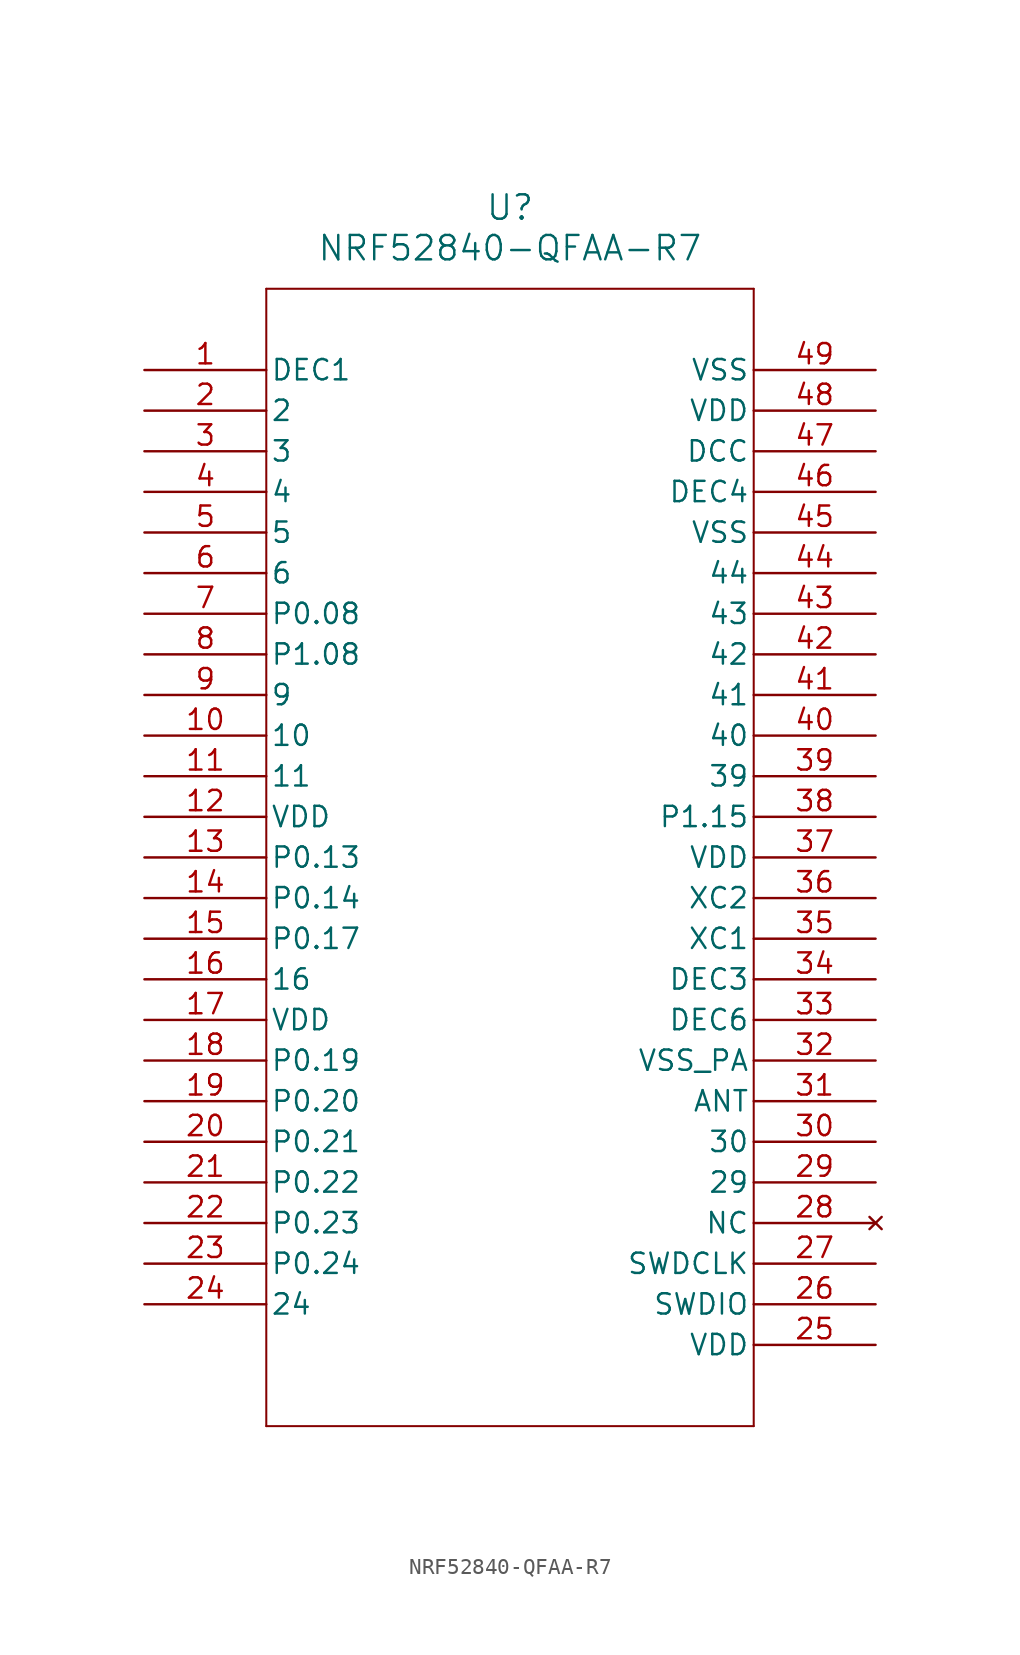
<source format=kicad_sym>
(kicad_symbol_lib
  (version 20211014)
  (generator kicad_symbol_editor)
  (symbol "NRF52840-QFAA-R7"
    (pin_names
      (offset 0.254))
    (property "Reference" "U"
      (at 22.86 10.16 0)
      (effects (font (size 1.524 1.524))))
    (property "Value" "NRF52840-QFAA-R7"
      (at 22.86 7.62 0)
      (effects (font (size 1.524 1.524))))
    (symbol "NRF52840-QFAA-R7_0_1"
      (polyline (pts (xy 7.62 5.08) (xy 7.62 -66.04)) (stroke (width 0.127) (type default) (color 0 0 0 0)) (fill (type none)))
      (polyline (pts (xy 7.62 -66.04) (xy 38.1 -66.04)) (stroke (width 0.127) (type default) (color 0 0 0 0)) (fill (type none)))
      (polyline (pts (xy 38.1 -66.04) (xy 38.1 5.08)) (stroke (width 0.127) (type default) (color 0 0 0 0)) (fill (type none)))
      (polyline (pts (xy 38.1 5.08) (xy 7.62 5.08)) (stroke (width 0.127) (type default) (color 0 0 0 0)) (fill (type none)))
      (pin bidirectional line (at 0 0 0) (length 7.62) (name "DEC1" (effects (font (size 1.27 1.27)))) (number "1" (effects (font (size 1.27 1.27)))))
      (pin unspecified line (at 0 -2.54 0) (length 7.62) (name "2" (effects (font (size 1.27 1.27)))) (number "2" (effects (font (size 1.27 1.27)))))
      (pin unspecified line (at 0 -5.08 0) (length 7.62) (name "3" (effects (font (size 1.27 1.27)))) (number "3" (effects (font (size 1.27 1.27)))))
      (pin unspecified line (at 0 -7.62 0) (length 7.62) (name "4" (effects (font (size 1.27 1.27)))) (number "4" (effects (font (size 1.27 1.27)))))
      (pin unspecified line (at 0 -10.16 0) (length 7.62) (name "5" (effects (font (size 1.27 1.27)))) (number "5" (effects (font (size 1.27 1.27)))))
      (pin unspecified line (at 0 -12.7 0) (length 7.62) (name "6" (effects (font (size 1.27 1.27)))) (number "6" (effects (font (size 1.27 1.27)))))
      (pin bidirectional line (at 0 -15.24 0) (length 7.62) (name "P0.08" (effects (font (size 1.27 1.27)))) (number "7" (effects (font (size 1.27 1.27)))))
      (pin bidirectional line (at 0 -17.78 0) (length 7.62) (name "P1.08" (effects (font (size 1.27 1.27)))) (number "8" (effects (font (size 1.27 1.27)))))
      (pin unspecified line (at 0 -20.32 0) (length 7.62) (name "9" (effects (font (size 1.27 1.27)))) (number "9" (effects (font (size 1.27 1.27)))))
      (pin unspecified line (at 0 -22.86 0) (length 7.62) (name "10" (effects (font (size 1.27 1.27)))) (number "10" (effects (font (size 1.27 1.27)))))
      (pin unspecified line (at 0 -25.4 0) (length 7.62) (name "11" (effects (font (size 1.27 1.27)))) (number "11" (effects (font (size 1.27 1.27)))))
      (pin power_in line (at 0 -27.94 0) (length 7.62) (name "VDD" (effects (font (size 1.27 1.27)))) (number "12" (effects (font (size 1.27 1.27)))))
      (pin bidirectional line (at 0 -30.48 0) (length 7.62) (name "P0.13" (effects (font (size 1.27 1.27)))) (number "13" (effects (font (size 1.27 1.27)))))
      (pin bidirectional line (at 0 -33.02 0) (length 7.62) (name "P0.14" (effects (font (size 1.27 1.27)))) (number "14" (effects (font (size 1.27 1.27)))))
      (pin bidirectional line (at 0 -35.56 0) (length 7.62) (name "P0.17" (effects (font (size 1.27 1.27)))) (number "15" (effects (font (size 1.27 1.27)))))
      (pin unspecified line (at 0 -38.1 0) (length 7.62) (name "16" (effects (font (size 1.27 1.27)))) (number "16" (effects (font (size 1.27 1.27)))))
      (pin power_in line (at 0 -40.64 0) (length 7.62) (name "VDD" (effects (font (size 1.27 1.27)))) (number "17" (effects (font (size 1.27 1.27)))))
      (pin bidirectional line (at 0 -43.18 0) (length 7.62) (name "P0.19" (effects (font (size 1.27 1.27)))) (number "18" (effects (font (size 1.27 1.27)))))
      (pin bidirectional line (at 0 -45.72 0) (length 7.62) (name "P0.20" (effects (font (size 1.27 1.27)))) (number "19" (effects (font (size 1.27 1.27)))))
      (pin bidirectional line (at 0 -48.26 0) (length 7.62) (name "P0.21" (effects (font (size 1.27 1.27)))) (number "20" (effects (font (size 1.27 1.27)))))
      (pin bidirectional line (at 0 -50.8 0) (length 7.62) (name "P0.22" (effects (font (size 1.27 1.27)))) (number "21" (effects (font (size 1.27 1.27)))))
      (pin bidirectional line (at 0 -53.34 0) (length 7.62) (name "P0.23" (effects (font (size 1.27 1.27)))) (number "22" (effects (font (size 1.27 1.27)))))
      (pin bidirectional line (at 0 -55.88 0) (length 7.62) (name "P0.24" (effects (font (size 1.27 1.27)))) (number "23" (effects (font (size 1.27 1.27)))))
      (pin unspecified line (at 0 -58.42 0) (length 7.62) (name "24" (effects (font (size 1.27 1.27)))) (number "24" (effects (font (size 1.27 1.27)))))
      (pin power_in line (at 45.72 -60.96 180) (length 7.62) (name "VDD" (effects (font (size 1.27 1.27)))) (number "25" (effects (font (size 1.27 1.27)))))
      (pin unspecified line (at 45.72 -58.42 180) (length 7.62) (name "SWDIO" (effects (font (size 1.27 1.27)))) (number "26" (effects (font (size 1.27 1.27)))))
      (pin unspecified line (at 45.72 -55.88 180) (length 7.62) (name "SWDCLK" (effects (font (size 1.27 1.27)))) (number "27" (effects (font (size 1.27 1.27)))))
      (pin no_connect line (at 45.72 -53.34 180) (length 7.62) (name "NC" (effects (font (size 1.27 1.27)))) (number "28" (effects (font (size 1.27 1.27)))))
      (pin unspecified line (at 45.72 -50.8 180) (length 7.62) (name "29" (effects (font (size 1.27 1.27)))) (number "29" (effects (font (size 1.27 1.27)))))
      (pin unspecified line (at 45.72 -48.26 180) (length 7.62) (name "30" (effects (font (size 1.27 1.27)))) (number "30" (effects (font (size 1.27 1.27)))))
      (pin unspecified line (at 45.72 -45.72 180) (length 7.62) (name "ANT" (effects (font (size 1.27 1.27)))) (number "31" (effects (font (size 1.27 1.27)))))
      (pin power_out line (at 45.72 -43.18 180) (length 7.62) (name "VSS_PA" (effects (font (size 1.27 1.27)))) (number "32" (effects (font (size 1.27 1.27)))))
      (pin bidirectional line (at 45.72 -40.64 180) (length 7.62) (name "DEC6" (effects (font (size 1.27 1.27)))) (number "33" (effects (font (size 1.27 1.27)))))
      (pin bidirectional line (at 45.72 -38.1 180) (length 7.62) (name "DEC3" (effects (font (size 1.27 1.27)))) (number "34" (effects (font (size 1.27 1.27)))))
      (pin bidirectional line (at 45.72 -35.56 180) (length 7.62) (name "XC1" (effects (font (size 1.27 1.27)))) (number "35" (effects (font (size 1.27 1.27)))))
      (pin unspecified line (at 45.72 -33.02 180) (length 7.62) (name "XC2" (effects (font (size 1.27 1.27)))) (number "36" (effects (font (size 1.27 1.27)))))
      (pin power_in line (at 45.72 -30.48 180) (length 7.62) (name "VDD" (effects (font (size 1.27 1.27)))) (number "37" (effects (font (size 1.27 1.27)))))
      (pin bidirectional line (at 45.72 -27.94 180) (length 7.62) (name "P1.15" (effects (font (size 1.27 1.27)))) (number "38" (effects (font (size 1.27 1.27)))))
      (pin unspecified line (at 45.72 -25.4 180) (length 7.62) (name "39" (effects (font (size 1.27 1.27)))) (number "39" (effects (font (size 1.27 1.27)))))
      (pin unspecified line (at 45.72 -22.86 180) (length 7.62) (name "40" (effects (font (size 1.27 1.27)))) (number "40" (effects (font (size 1.27 1.27)))))
      (pin unspecified line (at 45.72 -20.32 180) (length 7.62) (name "41" (effects (font (size 1.27 1.27)))) (number "41" (effects (font (size 1.27 1.27)))))
      (pin unspecified line (at 45.72 -17.78 180) (length 7.62) (name "42" (effects (font (size 1.27 1.27)))) (number "42" (effects (font (size 1.27 1.27)))))
      (pin unspecified line (at 45.72 -15.24 180) (length 7.62) (name "43" (effects (font (size 1.27 1.27)))) (number "43" (effects (font (size 1.27 1.27)))))
      (pin unspecified line (at 45.72 -12.7 180) (length 7.62) (name "44" (effects (font (size 1.27 1.27)))) (number "44" (effects (font (size 1.27 1.27)))))
      (pin power_out line (at 45.72 -10.16 180) (length 7.62) (name "VSS" (effects (font (size 1.27 1.27)))) (number "45" (effects (font (size 1.27 1.27)))))
      (pin bidirectional line (at 45.72 -7.62 180) (length 7.62) (name "DEC4" (effects (font (size 1.27 1.27)))) (number "46" (effects (font (size 1.27 1.27)))))
      (pin unspecified line (at 45.72 -5.08 180) (length 7.62) (name "DCC" (effects (font (size 1.27 1.27)))) (number "47" (effects (font (size 1.27 1.27)))))
      (pin power_in line (at 45.72 -2.54 180) (length 7.62) (name "VDD" (effects (font (size 1.27 1.27)))) (number "48" (effects (font (size 1.27 1.27)))))
      (pin power_out line (at 45.72 0 180) (length 7.62) (name "VSS" (effects (font (size 1.27 1.27)))) (number "49" (effects (font (size 1.27 1.27))))))))
</source>
